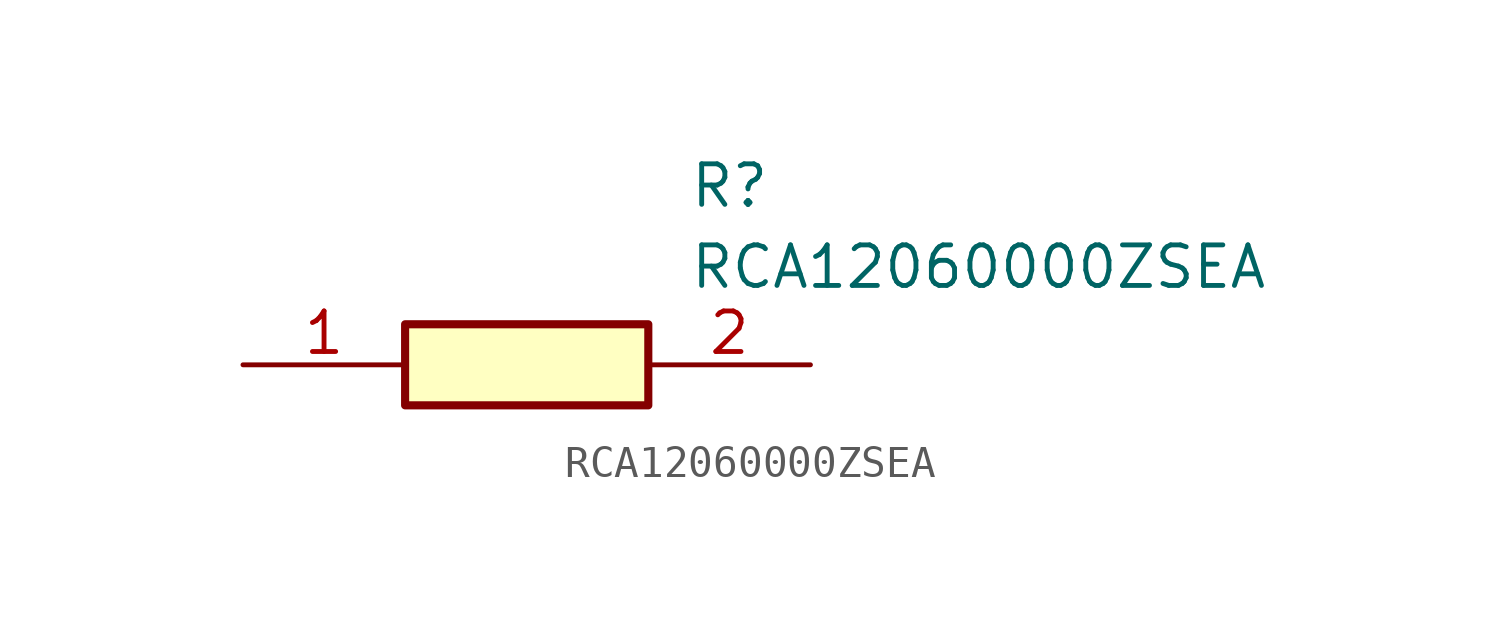
<source format=kicad_sym>
(kicad_symbol_lib
  (version 20211014)
  (generator SamacSys_ECAD_Model)
  (symbol "RCA12060000ZSEA"
    (pin_names hide)
    (property "Reference" "R"
      (at 13.97 6.35 0)
      (effects (font (size 1.27 1.27)) (justify left top)))
    (property "Value" "RCA12060000ZSEA"
      (at 13.97 3.81 0)
      (effects (font (size 1.27 1.27)) (justify left top)))
    (rectangle
      (start 5.08 1.27)
      (end 12.7 -1.27)
      (stroke (width 0.254) (type default))
      (fill (type background)))
    (pin passive line
      (at 0 0 0)
      (length 5.08)
      (name "1" (effects (font (size 1.27 1.27))))
      (number "1" (effects (font (size 1.27 1.27)))))
    (pin passive line
      (at 17.78 0 180)
      (length 5.08)
      (name "2" (effects (font (size 1.27 1.27))))
      (number "2" (effects (font (size 1.27 1.27)))))))
</source>
